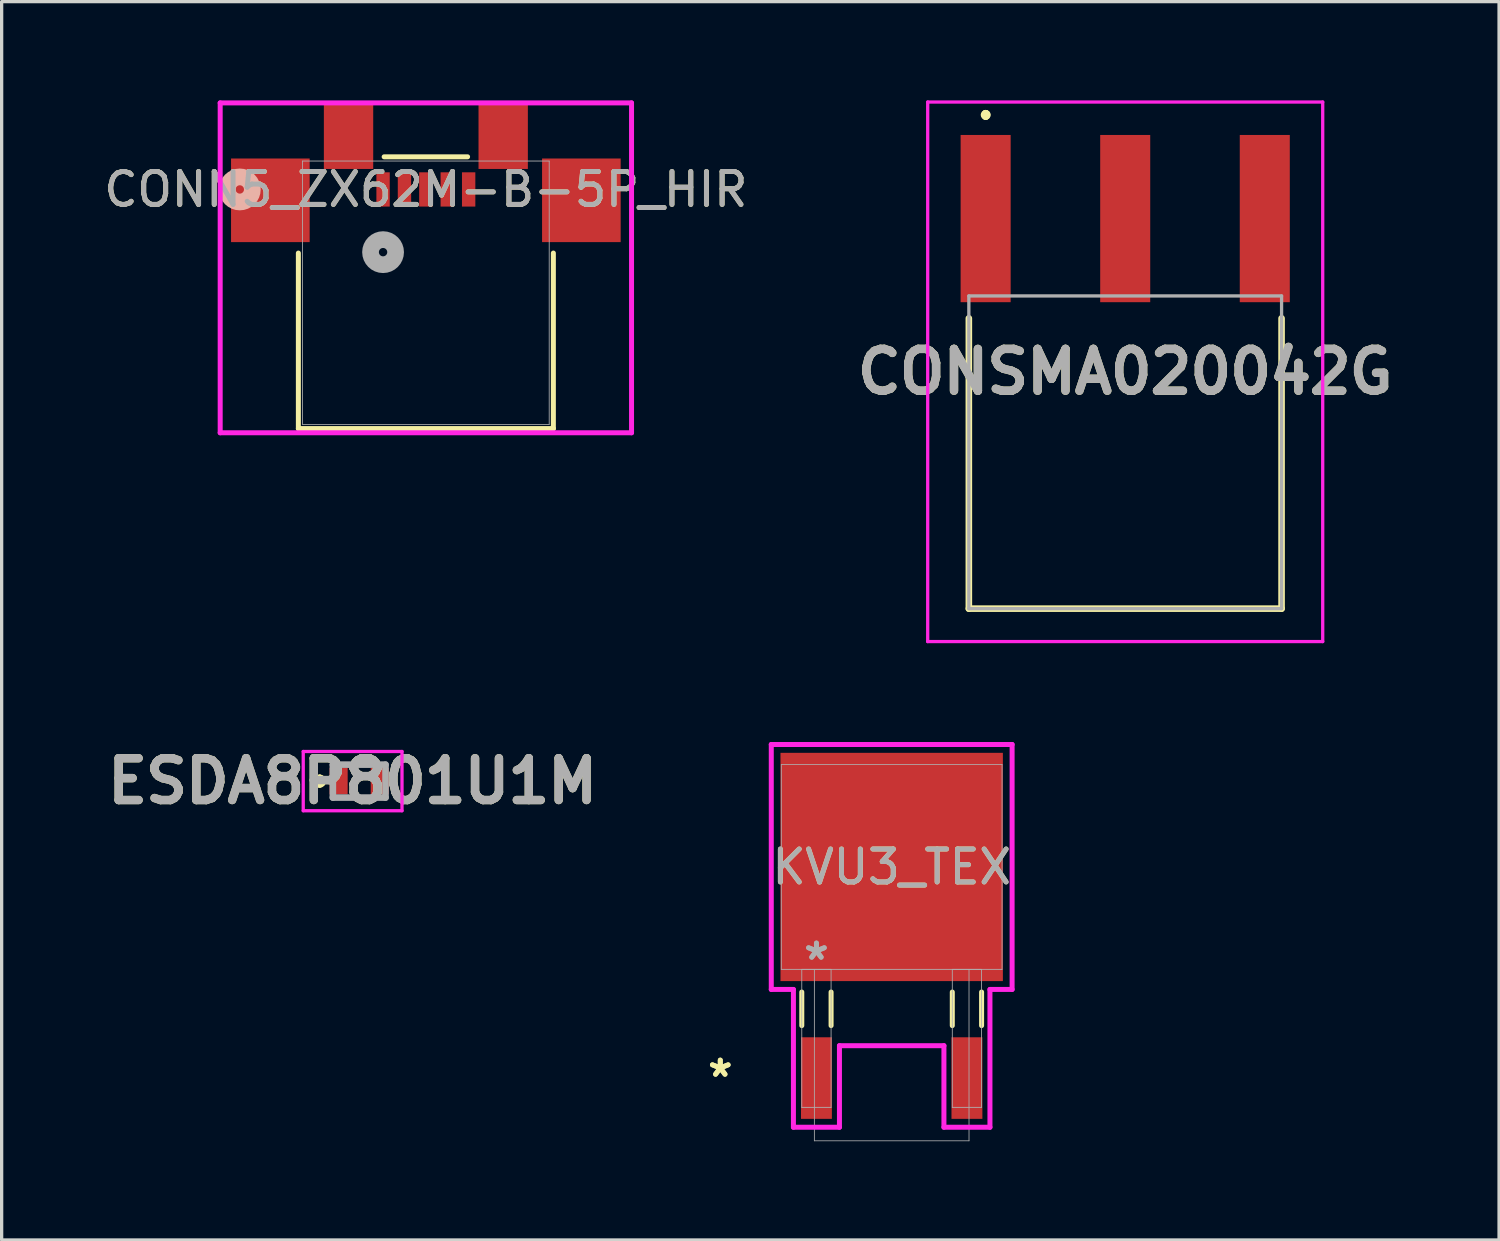
<source format=kicad_pcb>
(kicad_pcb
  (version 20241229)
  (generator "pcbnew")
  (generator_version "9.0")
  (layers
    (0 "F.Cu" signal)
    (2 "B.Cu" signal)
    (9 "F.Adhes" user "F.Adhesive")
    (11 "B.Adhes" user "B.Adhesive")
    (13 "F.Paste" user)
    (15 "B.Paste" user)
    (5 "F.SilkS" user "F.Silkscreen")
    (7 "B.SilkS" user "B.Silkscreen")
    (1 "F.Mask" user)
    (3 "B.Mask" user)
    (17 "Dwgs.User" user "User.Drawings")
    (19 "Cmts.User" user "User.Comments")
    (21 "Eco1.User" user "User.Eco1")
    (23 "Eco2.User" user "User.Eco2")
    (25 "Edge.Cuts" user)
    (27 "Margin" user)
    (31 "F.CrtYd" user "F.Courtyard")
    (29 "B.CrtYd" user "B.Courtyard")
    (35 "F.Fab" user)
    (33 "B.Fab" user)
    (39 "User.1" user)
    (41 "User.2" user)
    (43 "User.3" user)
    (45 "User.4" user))
  (footprint "CONSMA020042G"
    (layer "F.Cu")
    (at 31.132 10.69)
    (property "Reference" "CONSMA020042G" (at 0 -2.445 0) (layer "F.SilkS") (effects (font (size 1.27 1.27) (thickness 0.254))))
    (attr smd)
    (fp_line (start -4.75 -4.07) (end -4.75 4.75) (stroke (width 0.2) (type solid)) (layer "F.SilkS"))
    (fp_line (start -4.75 4.75) (end 4.75 4.75) (stroke (width 0.2) (type solid)) (layer "F.SilkS"))
    (fp_line (start -4.24 -10.3) (end -4.24 -10.3) (stroke (width 0.2) (type solid)) (layer "F.SilkS"))
    (fp_line (start -4.24 -10.2) (end -4.24 -10.2) (stroke (width 0.2) (type solid)) (layer "F.SilkS"))
    (fp_line (start -4.24 -10.2) (end -4.24 -10.2) (stroke (width 0.2) (type solid)) (layer "F.SilkS"))
    (fp_line (start 4.75 4.75) (end 4.75 -4.07) (stroke (width 0.2) (type solid)) (layer "F.SilkS"))
    (fp_arc (start -4.24 -10.3) (mid -4.19 -10.25) (end -4.24 -10.2) (stroke (width 0.2) (type solid)) (layer "F.SilkS"))
    (fp_arc (start -4.24 -10.3) (mid -4.19 -10.25) (end -4.24 -10.2) (stroke (width 0.2) (type solid)) (layer "F.SilkS"))
    (fp_arc (start -4.24 -10.2) (mid -4.29 -10.25) (end -4.24 -10.3) (stroke (width 0.2) (type solid)) (layer "F.SilkS"))
    (fp_line (start -6 -10.64) (end 6 -10.64) (stroke (width 0.1) (type solid)) (layer "F.CrtYd"))
    (fp_line (start -6 5.75) (end -6 -10.64) (stroke (width 0.1) (type solid)) (layer "F.CrtYd"))
    (fp_line (start 6 -10.64) (end 6 5.75) (stroke (width 0.1) (type solid)) (layer "F.CrtYd"))
    (fp_line (start 6 5.75) (end -6 5.75) (stroke (width 0.1) (type solid)) (layer "F.CrtYd"))
    (fp_line (start -4.75 -4.75) (end -4.75 4.75) (stroke (width 0.1) (type solid)) (layer "F.Fab"))
    (fp_line (start -4.75 4.75) (end 4.75 4.75) (stroke (width 0.1) (type solid)) (layer "F.Fab"))
    (fp_line (start 4.75 -4.75) (end -4.75 -4.75) (stroke (width 0.1) (type solid)) (layer "F.Fab"))
    (fp_line (start 4.75 4.75) (end 4.75 -4.75) (stroke (width 0.1) (type solid)) (layer "F.Fab"))
    (fp_text user "${REFERENCE}" (at 0 -2.445 0) (layer "F.Fab") (effects (font (size 1.27 1.27) (thickness 0.254))))
    (pad "1" smd rect (at -4.24 -7.1) (size 1.52 5.08) (layers "F.Cu" "F.Mask" "F.Paste"))
    (pad "2" smd rect (at 0 -7.1) (size 1.52 5.08) (layers "F.Cu" "F.Mask" "F.Paste"))
    (pad "3" smd rect (at 4.24 -7.1) (size 1.52 5.08) (layers "F.Cu" "F.Mask" "F.Paste")))
  (footprint "CONN5_ZX62M-B-5P_HIR"
    (layer "F.Cu")
    (at 9.887 5.842)
    (property "Reference" "CONN5_ZX62M-B-5P_HIR" (at 0 -3.137 0) (unlocked yes) (layer "F.SilkS") (effects (font (size 1 1) (thickness 0.15))))
    (attr smd)
    (fp_line (start -3.873 -1.204) (end -3.873 4.128) (stroke (width 0.152) (type solid)) (layer "F.SilkS"))
    (fp_line (start -3.873 4.128) (end 3.873 4.128) (stroke (width 0.152) (type solid)) (layer "F.SilkS"))
    (fp_line (start 1.267 -4.128) (end -1.267 -4.128) (stroke (width 0.152) (type solid)) (layer "F.SilkS"))
    (fp_line (start 3.873 4.128) (end 3.873 -1.204) (stroke (width 0.152) (type solid)) (layer "F.SilkS"))
    (fp_circle (center -5.652 -3.137) (end -5.271 -3.137) (stroke (width 0.508) (type solid)) (fill no) (layer "B.SilkS"))
    (fp_line (start -6.248 -5.766) (end -6.248 4.255) (stroke (width 0.152) (type solid)) (layer "F.CrtYd"))
    (fp_line (start -6.248 4.255) (end 6.248 4.255) (stroke (width 0.152) (type solid)) (layer "F.CrtYd"))
    (fp_line (start 6.248 -5.766) (end -6.248 -5.766) (stroke (width 0.152) (type solid)) (layer "F.CrtYd"))
    (fp_line (start 6.248 4.255) (end 6.248 -5.766) (stroke (width 0.152) (type solid)) (layer "F.CrtYd"))
    (fp_line (start -3.747 -4) (end -3.747 4) (stroke (width 0.025) (type solid)) (layer "F.Fab"))
    (fp_line (start -3.747 4) (end 3.747 4) (stroke (width 0.025) (type solid)) (layer "F.Fab"))
    (fp_line (start 3.747 -4) (end -3.747 -4) (stroke (width 0.025) (type solid)) (layer "F.Fab"))
    (fp_line (start 3.747 4) (end 3.747 -4) (stroke (width 0.025) (type solid)) (layer "F.Fab"))
    (fp_circle (center -1.3 -1.232) (end -0.919 -1.232) (stroke (width 0.508) (type solid)) (fill no) (layer "F.Fab"))
    (fp_text user "${REFERENCE}" (at 0 -3.137 0) (unlocked yes) (layer "F.Fab") (effects (font (size 1 1) (thickness 0.15))))
    (pad "1" smd rect (at -1.3 -3.137) (size 0.406 1.041) (layers "F.Cu" "F.Mask" "F.Paste"))
    (pad "2" smd rect (at -0.65 -3.137) (size 0.406 1.041) (layers "F.Cu" "F.Mask" "F.Paste"))
    (pad "3" smd rect (at 0 -3.137) (size 0.406 1.041) (layers "F.Cu" "F.Mask" "F.Paste"))
    (pad "4" smd rect (at 0.65 -3.137) (size 0.406 1.041) (layers "F.Cu" "F.Mask" "F.Paste"))
    (pad "5" smd rect (at 1.3 -3.137) (size 0.406 1.041) (layers "F.Cu" "F.Mask" "F.Paste"))
    (pad "6" smd rect (at -2.349 -4.763 90) (size 2.007 1.499) (layers "F.Cu" "F.Mask" "F.Paste"))
    (pad "7" smd rect (at 2.349 -4.763 90) (size 2.007 1.499) (layers "F.Cu" "F.Mask" "F.Paste"))
    (pad "8" smd rect (at -4.724 -2.807 90) (size 2.54 2.388) (layers "F.Cu" "F.Mask" "F.Paste"))
    (pad "9" smd rect (at 4.724 -2.807 90) (size 2.54 2.388) (layers "F.Cu" "F.Mask" "F.Paste")))
  (footprint "KVU3_TEX"
    (layer "F.Cu")
    (at 24.038 23.287)
    (property "Reference" "KVU3_TEX" (at 0 0 0) (unlocked yes) (layer "F.SilkS") (effects (font (size 1 1) (thickness 0.15))))
    (attr smd)
    (fp_line (start -2.731 3.8) (end -2.731 4.819) (stroke (width 0.152) (type solid)) (layer "F.SilkS"))
    (fp_line (start -1.841 3.8) (end -1.841 4.819) (stroke (width 0.152) (type solid)) (layer "F.SilkS"))
    (fp_line (start 1.841 3.8) (end 1.841 4.819) (stroke (width 0.152) (type solid)) (layer "F.SilkS"))
    (fp_line (start 2.731 3.8) (end 2.731 4.819) (stroke (width 0.152) (type solid)) (layer "F.SilkS"))
    (fp_line (start -3.658 -3.721) (end 3.658 -3.721) (stroke (width 0.152) (type solid)) (layer "F.CrtYd"))
    (fp_line (start -3.658 3.721) (end -3.658 -3.721) (stroke (width 0.152) (type solid)) (layer "F.CrtYd"))
    (fp_line (start -2.985 3.721) (end -3.658 3.721) (stroke (width 0.152) (type solid)) (layer "F.CrtYd"))
    (fp_line (start -2.985 7.907) (end -2.985 3.721) (stroke (width 0.152) (type solid)) (layer "F.CrtYd"))
    (fp_line (start -1.587 5.429) (end -1.587 7.907) (stroke (width 0.152) (type solid)) (layer "F.CrtYd"))
    (fp_line (start -1.587 7.907) (end -2.985 7.907) (stroke (width 0.152) (type solid)) (layer "F.CrtYd"))
    (fp_line (start 1.587 5.429) (end -1.587 5.429) (stroke (width 0.152) (type solid)) (layer "F.CrtYd"))
    (fp_line (start 1.587 7.907) (end 1.587 5.429) (stroke (width 0.152) (type solid)) (layer "F.CrtYd"))
    (fp_line (start 2.985 3.721) (end 2.985 7.907) (stroke (width 0.152) (type solid)) (layer "F.CrtYd"))
    (fp_line (start 2.985 7.907) (end 1.587 7.907) (stroke (width 0.152) (type solid)) (layer "F.CrtYd"))
    (fp_line (start 3.658 -3.721) (end 3.658 3.721) (stroke (width 0.152) (type solid)) (layer "F.CrtYd"))
    (fp_line (start 3.658 3.721) (end 2.985 3.721) (stroke (width 0.152) (type solid)) (layer "F.CrtYd"))
    (fp_line (start -3.353 -3.111) (end -3.353 3.111) (stroke (width 0.025) (type solid)) (layer "F.Fab"))
    (fp_line (start -3.353 3.111) (end 3.353 3.111) (stroke (width 0.025) (type solid)) (layer "F.Fab"))
    (fp_line (start -2.731 3.111) (end -2.731 7.303) (stroke (width 0.025) (type solid)) (layer "F.Fab"))
    (fp_line (start -2.731 7.303) (end -1.841 7.303) (stroke (width 0.025) (type solid)) (layer "F.Fab"))
    (fp_line (start -2.349 3.111) (end -2.349 8.319) (stroke (width 0.025) (type solid)) (layer "F.Fab"))
    (fp_line (start -2.349 8.319) (end 2.349 8.319) (stroke (width 0.025) (type solid)) (layer "F.Fab"))
    (fp_line (start -1.841 3.111) (end -2.731 3.111) (stroke (width 0.025) (type solid)) (layer "F.Fab"))
    (fp_line (start -1.841 7.303) (end -1.841 3.111) (stroke (width 0.025) (type solid)) (layer "F.Fab"))
    (fp_line (start 1.841 3.111) (end 1.841 7.303) (stroke (width 0.025) (type solid)) (layer "F.Fab"))
    (fp_line (start 1.841 7.303) (end 2.731 7.303) (stroke (width 0.025) (type solid)) (layer "F.Fab"))
    (fp_line (start 2.349 8.319) (end 2.349 3.111) (stroke (width 0.025) (type solid)) (layer "F.Fab"))
    (fp_line (start 2.731 3.111) (end 1.841 3.111) (stroke (width 0.025) (type solid)) (layer "F.Fab"))
    (fp_line (start 2.731 7.303) (end 2.731 3.111) (stroke (width 0.025) (type solid)) (layer "F.Fab"))
    (fp_line (start 3.353 -3.111) (end -3.353 -3.111) (stroke (width 0.025) (type solid)) (layer "F.Fab"))
    (fp_line (start 3.353 3.111) (end 3.353 -3.111) (stroke (width 0.025) (type solid)) (layer "F.Fab"))
    (fp_text user "*" (at -5.207 6.413 0) (layer "F.SilkS") (effects (font (size 1 1) (thickness 0.15))))
    (fp_text user "*" (at -5.207 6.413 0) (unlocked yes) (layer "F.SilkS") (effects (font (size 1 1) (thickness 0.15))))
    (fp_text user "*" (at -2.286 2.857 0) (layer "F.Fab") (effects (font (size 1 1) (thickness 0.15))))
    (fp_text user "*" (at -2.286 2.857 0) (unlocked yes) (layer "F.Fab") (effects (font (size 1 1) (thickness 0.15))))
    (fp_text user "${REFERENCE}" (at 0 0 0) (unlocked yes) (layer "F.Fab") (effects (font (size 1 1) (thickness 0.15))))
    (pad "1" smd rect (at -2.286 6.413) (size 0.939 2.478) (layers "F.Cu" "F.Mask" "F.Paste"))
    (pad "2" smd rect (at 0 0) (size 6.756 6.934) (layers "F.Cu" "F.Mask" "F.Paste"))
    (pad "3" smd rect (at 2.286 6.413) (size 0.939 2.478) (layers "F.Cu" "F.Mask" "F.Paste")))
  (footprint "ESDA8P801U1M"
    (layer "F.Cu")
    (at 7.862 20.679)
    (property "Reference" "ESDA8P801U1M" (at -0.2 0 0) (layer "F.SilkS") (effects (font (size 1.27 1.27) (thickness 0.254))))
    (attr smd)
    (fp_line (start -1.2 -0.1) (end -1.2 -0.1) (stroke (width 0.2) (type solid)) (layer "F.SilkS"))
    (fp_line (start -1.2 0.1) (end -1.2 0.1) (stroke (width 0.2) (type solid)) (layer "F.SilkS"))
    (fp_line (start -0.2 -0.5) (end 0.2 -0.5) (stroke (width 0.1) (type solid)) (layer "F.SilkS"))
    (fp_line (start -0.2 0.5) (end 0.2 0.5) (stroke (width 0.1) (type solid)) (layer "F.SilkS"))
    (fp_arc (start -1.2 -0.1) (mid -1.1 0) (end -1.2 0.1) (stroke (width 0.2) (type solid)) (layer "F.SilkS"))
    (fp_arc (start -1.2 0.1) (mid -1.3 0) (end -1.2 -0.1) (stroke (width 0.2) (type solid)) (layer "F.SilkS"))
    (fp_line (start -1.7 -0.9) (end 1.3 -0.9) (stroke (width 0.1) (type solid)) (layer "F.CrtYd"))
    (fp_line (start -1.7 0.9) (end -1.7 -0.9) (stroke (width 0.1) (type solid)) (layer "F.CrtYd"))
    (fp_line (start 1.3 -0.9) (end 1.3 0.9) (stroke (width 0.1) (type solid)) (layer "F.CrtYd"))
    (fp_line (start 1.3 0.9) (end -1.7 0.9) (stroke (width 0.1) (type solid)) (layer "F.CrtYd"))
    (fp_line (start -0.8 -0.5) (end 0.8 -0.5) (stroke (width 0.2) (type solid)) (layer "F.Fab"))
    (fp_line (start -0.8 0.5) (end -0.8 -0.5) (stroke (width 0.2) (type solid)) (layer "F.Fab"))
    (fp_line (start 0.8 -0.5) (end 0.8 0.5) (stroke (width 0.2) (type solid)) (layer "F.Fab"))
    (fp_line (start 0.8 0.5) (end -0.8 0.5) (stroke (width 0.2) (type solid)) (layer "F.Fab"))
    (fp_text user "${REFERENCE}" (at -0.2 0 0) (layer "F.Fab") (effects (font (size 1.27 1.27) (thickness 0.254))))
    (pad "1" smd rect (at -0.625 0) (size 0.55 0.8) (layers "F.Cu" "F.Mask" "F.Paste"))
    (pad "2" smd rect (at 0.625 0) (size 0.55 0.8) (layers "F.Cu" "F.Mask" "F.Paste")))
  (gr_rect
    (start -3 -3)
    (end 42.489 34.618)
    (stroke (width 0.1) (type default))
    (fill no)
    (layer "Edge.Cuts")))
</source>
